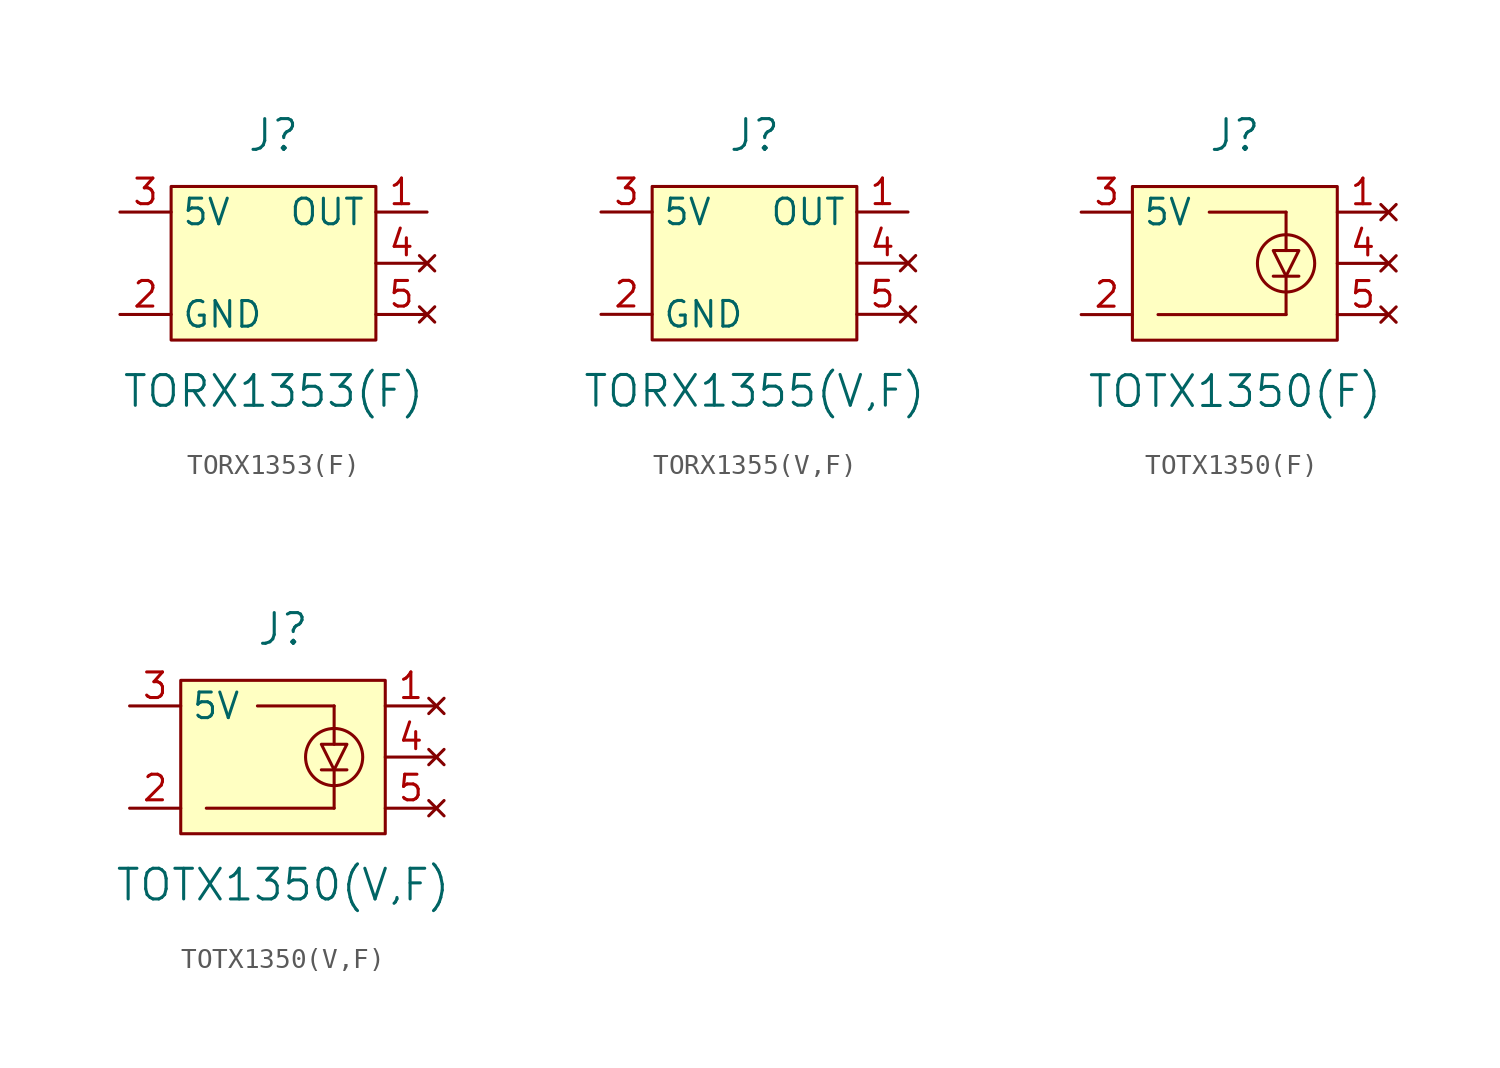
<source format=kicad_sym>
(kicad_symbol_lib
  (version 20211014)
  (generator kicad_symbol_editor)
  (symbol "TORX1353(F)"
    (property "Reference" "J"
      (at 0 10.16 0)
      (effects (font (size 1.524 1.524))))
    (property "Value" "TORX1353(F)"
      (at 0 -2.54 0)
      (effects (font (size 1.524 1.524))))
    (symbol "TORX1353(F)_0_1"
      (rectangle (start -5.08 7.62) (end 5.08 0) (stroke (width 0.152) (type default) (color 0 0 0 0)) (fill (type background))))
    (symbol "TORX1353(F)_1_1"
      (pin output line (at 7.62 6.35 180) (length 2.54) (name "OUT" (effects (font (size 1.27 1.27)))) (number "1" (effects (font (size 1.27 1.27)))))
      (pin passive line (at -7.62 1.27 0) (length 2.54) (name "GND" (effects (font (size 1.27 1.27)))) (number "2" (effects (font (size 1.27 1.27)))))
      (pin input line (at -7.62 6.35 0) (length 2.54) (name "5V" (effects (font (size 1.27 1.27)))) (number "3" (effects (font (size 1.27 1.27)))))
      (pin no_connect line (at 7.62 3.81 180) (length 2.54) (name "" (effects (font (size 1.27 1.27)))) (number "4" (effects (font (size 1.27 1.27)))))
      (pin no_connect line (at 7.62 1.27 180) (length 2.54) (name "" (effects (font (size 1.27 1.27)))) (number "5" (effects (font (size 1.27 1.27)))))))
  (symbol "TORX1355(V,F)"
    (property "Reference" "J"
      (at 0 10.16 0)
      (effects (font (size 1.524 1.524))))
    (property "Value" "TORX1355(V,F)"
      (at 0 -2.54 0)
      (effects (font (size 1.524 1.524))))
    (symbol "TORX1355(V,F)_0_1"
      (rectangle (start -5.08 7.62) (end 5.08 0) (stroke (width 0.152) (type default) (color 0 0 0 0)) (fill (type background))))
    (symbol "TORX1355(V,F)_1_1"
      (pin output line (at 7.62 6.35 180) (length 2.54) (name "OUT" (effects (font (size 1.27 1.27)))) (number "1" (effects (font (size 1.27 1.27)))))
      (pin passive line (at -7.62 1.27 0) (length 2.54) (name "GND" (effects (font (size 1.27 1.27)))) (number "2" (effects (font (size 1.27 1.27)))))
      (pin input line (at -7.62 6.35 0) (length 2.54) (name "5V" (effects (font (size 1.27 1.27)))) (number "3" (effects (font (size 1.27 1.27)))))
      (pin no_connect line (at 7.62 3.81 180) (length 2.54) (name "" (effects (font (size 1.27 1.27)))) (number "4" (effects (font (size 1.27 1.27)))))
      (pin no_connect line (at 7.62 1.27 180) (length 2.54) (name "" (effects (font (size 1.27 1.27)))) (number "5" (effects (font (size 1.27 1.27)))))))
  (symbol "TOTX1350(F)"
    (property "Reference" "J"
      (at 0 10.16 0)
      (effects (font (size 1.524 1.524))))
    (property "Value" "TOTX1350(F)"
      (at 0 -2.54 0)
      (effects (font (size 1.524 1.524))))
    (symbol "TOTX1350(F)_0_1"
      (rectangle (start -5.08 7.62) (end 5.08 0) (stroke (width 0.152) (type default) (color 0 0 0 0)) (fill (type background)))
      (polyline (pts (xy -1.27 6.35) (xy 2.54 6.35)) (stroke (width 0.152) (type default) (color 0 0 0 0)) (fill (type none)))
      (polyline (pts (xy 1.905 3.175) (xy 3.175 3.175)) (stroke (width 0.152) (type default) (color 0 0 0 0)) (fill (type none)))
      (polyline (pts (xy 2.54 1.27) (xy -3.81 1.27)) (stroke (width 0.152) (type default) (color 0 0 0 0)) (fill (type none)))
      (polyline (pts (xy 2.54 3.175) (xy 2.54 1.27)) (stroke (width 0.152) (type default) (color 0 0 0 0)) (fill (type none)))
      (polyline (pts (xy 2.54 4.445) (xy 2.54 6.35)) (stroke (width 0.152) (type default) (color 0 0 0 0)) (fill (type none)))
      (polyline (pts (xy 3.175 4.445) (xy 1.905 4.445) (xy 2.54 3.175) (xy 3.175 4.445)) (stroke (width 0.152) (type default) (color 0 0 0 0)) (fill (type none)))
      (circle (center 2.54 3.81) (radius 1.42) (stroke (width 0.152) (type default) (color 0 0 0 0)) (fill (type none))))
    (symbol "TOTX1350(F)_1_1"
      (pin no_connect line (at 7.62 6.35 180) (length 2.54) (name "" (effects (font (size 1.27 1.27)))) (number "1" (effects (font (size 1.27 1.27)))))
      (pin passive line (at -7.62 1.27 0) (length 2.54) (name "" (effects (font (size 1.27 1.27)))) (number "2" (effects (font (size 1.27 1.27)))))
      (pin input line (at -7.62 6.35 0) (length 2.54) (name "5V" (effects (font (size 1.27 1.27)))) (number "3" (effects (font (size 1.27 1.27)))))
      (pin no_connect line (at 7.62 3.81 180) (length 2.54) (name "" (effects (font (size 1.27 1.27)))) (number "4" (effects (font (size 1.27 1.27)))))
      (pin no_connect line (at 7.62 1.27 180) (length 2.54) (name "" (effects (font (size 1.27 1.27)))) (number "5" (effects (font (size 1.27 1.27)))))))
  (symbol "TOTX1350(V,F)"
    (property "Reference" "J"
      (at 0 10.16 0)
      (effects (font (size 1.524 1.524))))
    (property "Value" "TOTX1350(V,F)"
      (at 0 -2.54 0)
      (effects (font (size 1.524 1.524))))
    (symbol "TOTX1350(V,F)_0_1"
      (rectangle (start -5.08 7.62) (end 5.08 0) (stroke (width 0.152) (type default) (color 0 0 0 0)) (fill (type background)))
      (polyline (pts (xy -1.27 6.35) (xy 2.54 6.35)) (stroke (width 0.152) (type default) (color 0 0 0 0)) (fill (type none)))
      (polyline (pts (xy 1.905 3.175) (xy 3.175 3.175)) (stroke (width 0.152) (type default) (color 0 0 0 0)) (fill (type none)))
      (polyline (pts (xy 2.54 1.27) (xy -3.81 1.27)) (stroke (width 0.152) (type default) (color 0 0 0 0)) (fill (type none)))
      (polyline (pts (xy 2.54 3.175) (xy 2.54 1.27)) (stroke (width 0.152) (type default) (color 0 0 0 0)) (fill (type none)))
      (polyline (pts (xy 2.54 4.445) (xy 2.54 6.35)) (stroke (width 0.152) (type default) (color 0 0 0 0)) (fill (type none)))
      (polyline (pts (xy 3.175 4.445) (xy 1.905 4.445) (xy 2.54 3.175) (xy 3.175 4.445)) (stroke (width 0.152) (type default) (color 0 0 0 0)) (fill (type none)))
      (circle (center 2.54 3.81) (radius 1.42) (stroke (width 0.152) (type default) (color 0 0 0 0)) (fill (type none))))
    (symbol "TOTX1350(V,F)_1_1"
      (pin no_connect line (at 7.62 6.35 180) (length 2.54) (name "" (effects (font (size 1.27 1.27)))) (number "1" (effects (font (size 1.27 1.27)))))
      (pin passive line (at -7.62 1.27 0) (length 2.54) (name "" (effects (font (size 1.27 1.27)))) (number "2" (effects (font (size 1.27 1.27)))))
      (pin input line (at -7.62 6.35 0) (length 2.54) (name "5V" (effects (font (size 1.27 1.27)))) (number "3" (effects (font (size 1.27 1.27)))))
      (pin no_connect line (at 7.62 3.81 180) (length 2.54) (name "" (effects (font (size 1.27 1.27)))) (number "4" (effects (font (size 1.27 1.27)))))
      (pin no_connect line (at 7.62 1.27 180) (length 2.54) (name "" (effects (font (size 1.27 1.27)))) (number "5" (effects (font (size 1.27 1.27))))))))
</source>
